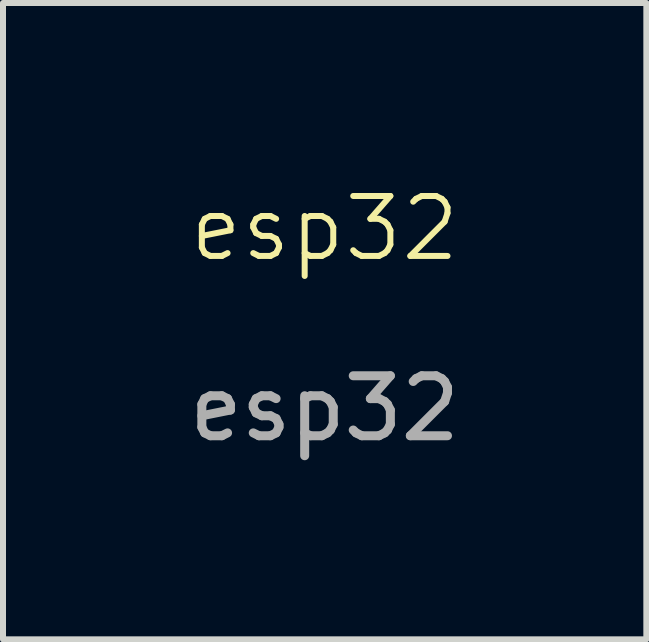
<source format=kicad_pcb>
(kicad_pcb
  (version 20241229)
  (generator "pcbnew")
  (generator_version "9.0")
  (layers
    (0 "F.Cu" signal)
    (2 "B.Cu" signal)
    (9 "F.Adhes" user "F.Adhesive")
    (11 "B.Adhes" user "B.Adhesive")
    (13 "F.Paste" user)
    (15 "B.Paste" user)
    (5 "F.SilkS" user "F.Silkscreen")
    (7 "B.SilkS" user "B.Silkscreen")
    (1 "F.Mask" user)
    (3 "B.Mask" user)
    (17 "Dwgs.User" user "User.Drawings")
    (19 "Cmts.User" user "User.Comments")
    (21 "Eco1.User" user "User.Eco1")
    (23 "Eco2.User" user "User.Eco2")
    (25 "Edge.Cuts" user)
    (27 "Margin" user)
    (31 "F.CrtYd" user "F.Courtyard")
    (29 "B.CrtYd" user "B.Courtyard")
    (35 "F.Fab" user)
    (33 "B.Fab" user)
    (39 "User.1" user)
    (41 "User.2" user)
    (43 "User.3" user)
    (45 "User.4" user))
  (footprint "esp32"
    (layer "F.Cu")
    (at 2.363 1.26)
    (property "Reference" "esp32" (at 0 -0.5 0) (unlocked yes) (layer "F.SilkS") (effects (font (size 1 1) (thickness 0.1))))
    (attr smd)
    (fp_text user "${REFERENCE}" (at 0 2.5 0) (unlocked yes) (layer "F.Fab") (effects (font (size 1 1) (thickness 0.15)))))
  (gr_rect
    (start -3 -3)
    (end 7.726 7.609)
    (stroke (width 0.1) (type default))
    (fill no)
    (layer "Edge.Cuts")))
</source>
